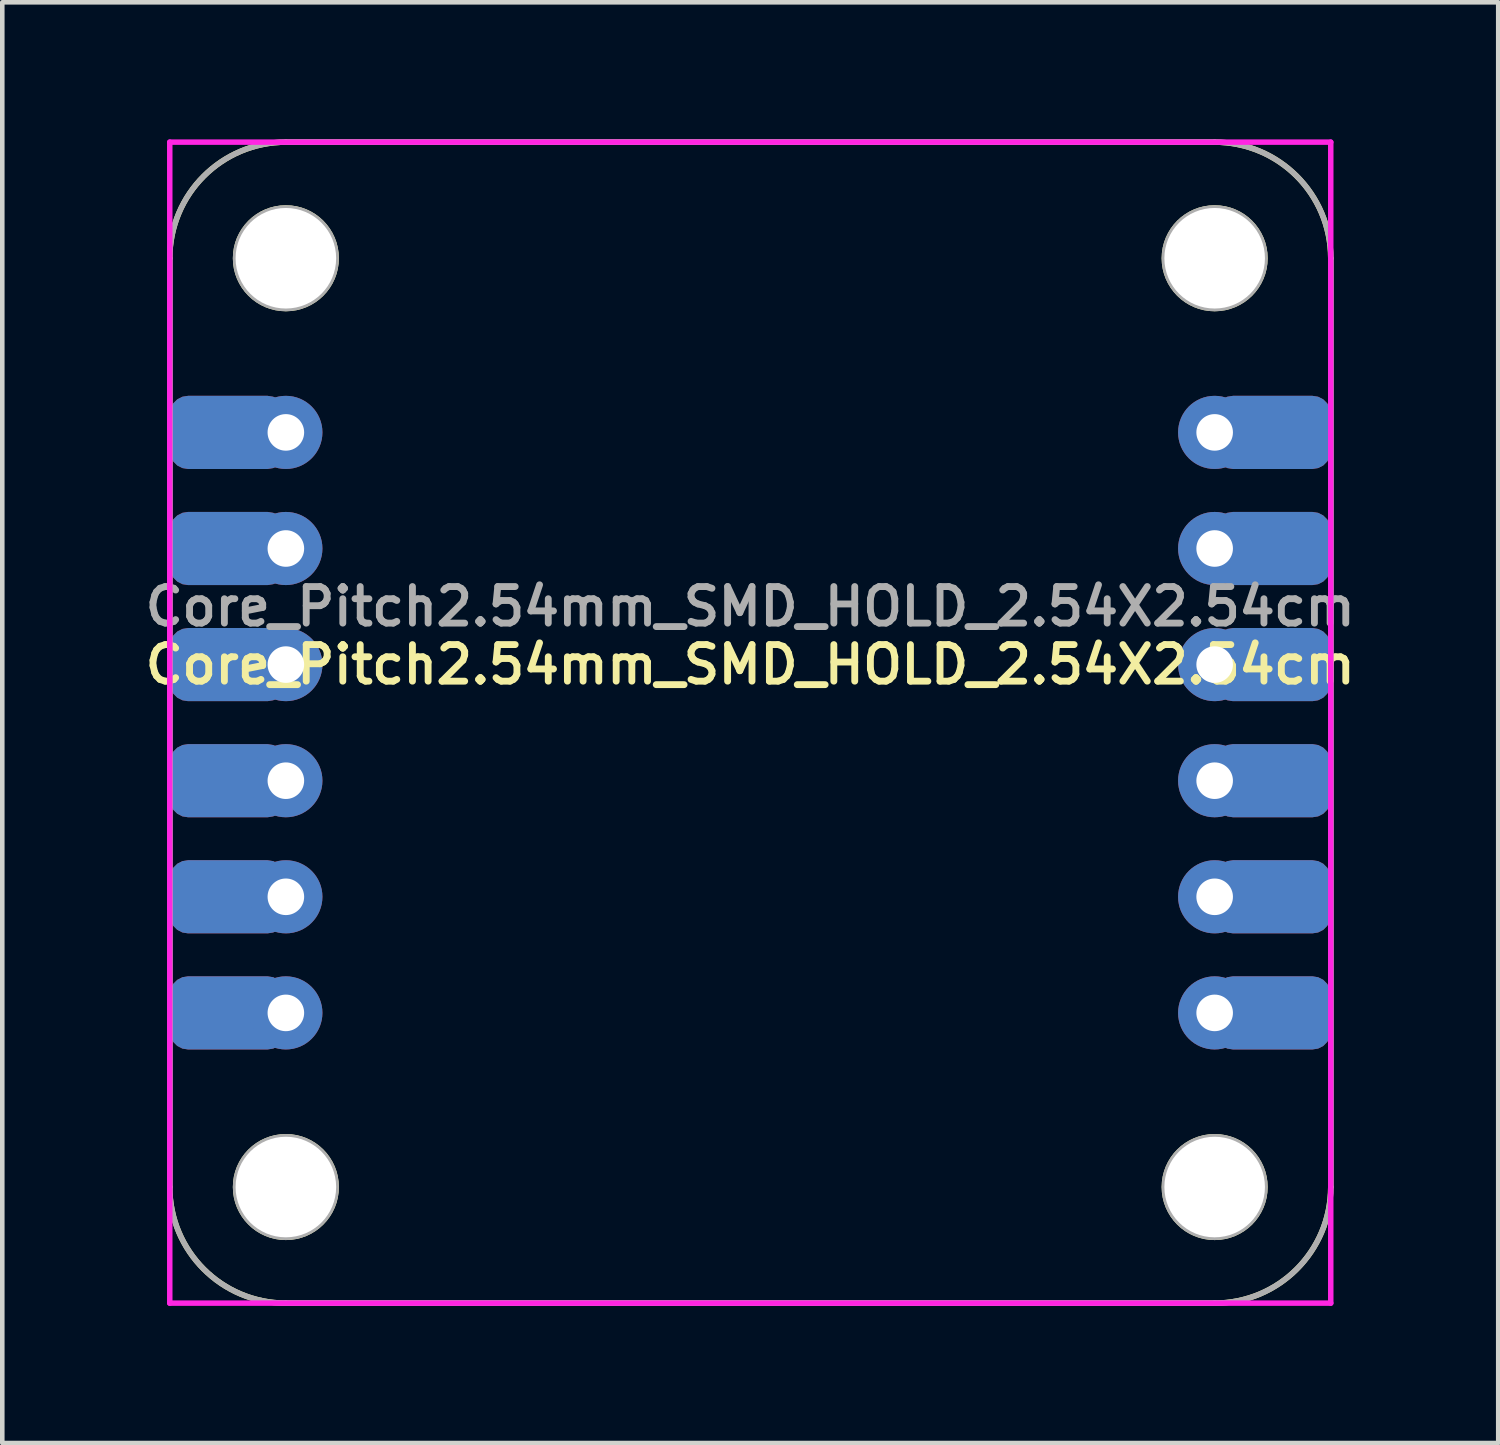
<source format=kicad_pcb>
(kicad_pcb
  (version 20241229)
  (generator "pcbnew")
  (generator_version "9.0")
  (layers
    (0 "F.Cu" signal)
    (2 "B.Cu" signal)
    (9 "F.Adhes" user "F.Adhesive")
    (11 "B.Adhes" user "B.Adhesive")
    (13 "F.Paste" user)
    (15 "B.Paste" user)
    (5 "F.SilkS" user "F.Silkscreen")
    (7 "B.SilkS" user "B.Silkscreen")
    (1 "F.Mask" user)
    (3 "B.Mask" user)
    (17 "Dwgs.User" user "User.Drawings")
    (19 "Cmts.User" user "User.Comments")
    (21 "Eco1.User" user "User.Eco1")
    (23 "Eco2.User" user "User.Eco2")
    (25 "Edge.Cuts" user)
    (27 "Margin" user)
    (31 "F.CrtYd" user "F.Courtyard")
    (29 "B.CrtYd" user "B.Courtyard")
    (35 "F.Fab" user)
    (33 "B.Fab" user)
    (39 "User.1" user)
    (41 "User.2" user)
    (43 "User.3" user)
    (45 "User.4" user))
  (footprint "Core_Pitch2.54mm_SMD_HOLD_2.54X2.54cm"
    (layer "F.Cu")
    (at 13.364 12.76)
    (property "Reference" "Core_Pitch2.54mm_SMD_HOLD_2.54X2.54cm" (at 0 -1.27 0) (layer "F.SilkS") (effects (font (size 0.8 0.8) (thickness 0.15))))
    (attr smd)
    (fp_line (start -12.7 -10.16) (end -12.7 10.16) (stroke (width 0.12) (type solid)) (layer "F.SilkS"))
    (fp_line (start -10.16 12.7) (end 10.16 12.7) (stroke (width 0.12) (type solid)) (layer "F.SilkS"))
    (fp_line (start 10.16 -12.7) (end -10.16 -12.7) (stroke (width 0.12) (type solid)) (layer "F.SilkS"))
    (fp_line (start 12.7 10.16) (end 12.7 -10.16) (stroke (width 0.12) (type solid)) (layer "F.SilkS"))
    (fp_arc (start -12.7 -10.16) (mid -11.956051 -11.956051) (end -10.16 -12.7) (stroke (width 0.12) (type solid)) (layer "F.SilkS"))
    (fp_arc (start -10.16 12.7) (mid -11.956051 11.956051) (end -12.7 10.16) (stroke (width 0.12) (type solid)) (layer "F.SilkS"))
    (fp_arc (start 10.16 -12.7) (mid 11.956051 -11.956051) (end 12.7 -10.16) (stroke (width 0.12) (type solid)) (layer "F.SilkS"))
    (fp_arc (start 12.7 10.16) (mid 11.956051 11.956051) (end 10.16 12.7) (stroke (width 0.12) (type solid)) (layer "F.SilkS"))
    (fp_circle (center -10.16 -10.16) (end -9.06 -10.16) (stroke (width 0.12) (type solid)) (fill no) (layer "F.SilkS"))
    (fp_circle (center -10.16 10.16) (end -9.06 10.16) (stroke (width 0.12) (type solid)) (fill no) (layer "F.SilkS"))
    (fp_circle (center 10.16 -10.16) (end 11.26 -10.16) (stroke (width 0.12) (type solid)) (fill no) (layer "F.SilkS"))
    (fp_circle (center 10.16 10.16) (end 11.26 10.16) (stroke (width 0.12) (type solid)) (fill no) (layer "F.SilkS"))
    (fp_line (start -12.7 -12.7) (end -12.7 12.7) (stroke (width 0.12) (type solid)) (layer "F.CrtYd"))
    (fp_line (start -12.7 12.7) (end 12.7 12.7) (stroke (width 0.12) (type solid)) (layer "F.CrtYd"))
    (fp_line (start 12.7 -12.7) (end -12.7 -12.7) (stroke (width 0.12) (type solid)) (layer "F.CrtYd"))
    (fp_line (start 12.7 12.7) (end 12.7 -12.7) (stroke (width 0.12) (type solid)) (layer "F.CrtYd"))
    (fp_line (start -12.7 10.16) (end -12.7 -10.16) (stroke (width 0.12) (type solid)) (layer "F.Fab"))
    (fp_line (start -10.16 -12.7) (end 10.16 -12.7) (stroke (width 0.12) (type solid)) (layer "F.Fab"))
    (fp_line (start 10.16 12.7) (end -10.16 12.7) (stroke (width 0.12) (type solid)) (layer "F.Fab"))
    (fp_line (start 12.7 -10.16) (end 12.7 10.16) (stroke (width 0.12) (type solid)) (layer "F.Fab"))
    (fp_arc (start -12.7 -10.16) (mid -11.956051 -11.956051) (end -10.16 -12.7) (stroke (width 0.12) (type solid)) (layer "F.Fab"))
    (fp_arc (start -10.16 12.7) (mid -11.956051 11.956051) (end -12.7 10.16) (stroke (width 0.12) (type solid)) (layer "F.Fab"))
    (fp_arc (start 10.16 -12.7) (mid 11.956051 -11.956051) (end 12.7 -10.16) (stroke (width 0.12) (type solid)) (layer "F.Fab"))
    (fp_arc (start 12.7 10.16) (mid 11.956051 11.956051) (end 10.16 12.7) (stroke (width 0.12) (type solid)) (layer "F.Fab"))
    (fp_circle (center -10.16 -10.16) (end -9.06 -10.16) (stroke (width 0.12) (type solid)) (fill no) (layer "F.Fab"))
    (fp_circle (center -10.16 10.16) (end -9.06 10.16) (stroke (width 0.12) (type solid)) (fill no) (layer "F.Fab"))
    (fp_circle (center 10.16 -10.16) (end 11.26 -10.16) (stroke (width 0.12) (type solid)) (fill no) (layer "F.Fab"))
    (fp_circle (center 10.16 10.16) (end 11.26 10.16) (stroke (width 0.12) (type solid)) (fill no) (layer "F.Fab"))
    (fp_text user "${REFERENCE}" (at 0 -2.54 0) (layer "F.Fab") (effects (font (size 0.8 0.8) (thickness 0.15))))
    (pad "" np_thru_hole circle (at -10.16 -10.16) (size 2.2 2.2) (drill 2.2) (layers "*.Cu" "*.Mask"))
    (pad "" np_thru_hole circle (at -10.16 10.16) (size 2.2 2.2) (drill 2.2) (layers "*.Cu" "*.Mask"))
    (pad "" np_thru_hole circle (at 10.16 -10.16) (size 2.2 2.2) (drill 2.2) (layers "*.Cu" "*.Mask"))
    (pad "" np_thru_hole circle (at 10.16 10.16) (size 2.2 2.2) (drill 2.2) (layers "*.Cu" "*.Mask"))
    (pad "1" smd roundrect (at -11.43 -6.35) (size 2.54 1.6) (layers "F.Cu" "F.Mask") (roundrect_rratio 0.25))
    (pad "1" smd roundrect (at -11.43 -6.35) (size 2.54 1.6) (layers "B.Cu" "B.Mask") (roundrect_rratio 0.25))
    (pad "1" thru_hole circle (at -10.16 -6.35) (size 1.6 1.6) (drill 0.8) (layers "*.Cu" "*.Mask"))
    (pad "2" smd roundrect (at -11.43 -3.81) (size 2.54 1.6) (layers "F.Cu" "F.Mask") (roundrect_rratio 0.25))
    (pad "2" smd roundrect (at -11.43 -3.81) (size 2.54 1.6) (layers "B.Cu" "B.Mask") (roundrect_rratio 0.25))
    (pad "2" thru_hole circle (at -10.16 -3.81) (size 1.6 1.6) (drill 0.8) (layers "*.Cu" "*.Mask"))
    (pad "3" smd roundrect (at -11.43 -1.27) (size 2.54 1.6) (layers "F.Cu" "F.Mask") (roundrect_rratio 0.25))
    (pad "3" smd roundrect (at -11.43 -1.27) (size 2.54 1.6) (layers "B.Cu" "B.Mask") (roundrect_rratio 0.25))
    (pad "3" thru_hole circle (at -10.16 -1.27) (size 1.6 1.6) (drill 0.8) (layers "*.Cu" "*.Mask"))
    (pad "4" smd roundrect (at -11.43 1.27) (size 2.54 1.6) (layers "F.Cu" "F.Mask") (roundrect_rratio 0.25))
    (pad "4" smd roundrect (at -11.43 1.27) (size 2.54 1.6) (layers "B.Cu" "B.Mask") (roundrect_rratio 0.25))
    (pad "4" thru_hole circle (at -10.16 1.27) (size 1.6 1.6) (drill 0.8) (layers "*.Cu" "*.Mask"))
    (pad "5" smd roundrect (at -11.43 3.81) (size 2.54 1.6) (layers "F.Cu" "F.Mask") (roundrect_rratio 0.25))
    (pad "5" smd roundrect (at -11.43 3.81) (size 2.54 1.6) (layers "B.Cu" "B.Mask") (roundrect_rratio 0.25))
    (pad "5" thru_hole circle (at -10.16 3.81) (size 1.6 1.6) (drill 0.8) (layers "*.Cu" "*.Mask"))
    (pad "6" smd roundrect (at -11.43 6.35) (size 2.54 1.6) (layers "F.Cu" "F.Mask") (roundrect_rratio 0.25))
    (pad "6" smd roundrect (at -11.43 6.35) (size 2.54 1.6) (layers "B.Cu" "B.Mask") (roundrect_rratio 0.25))
    (pad "6" thru_hole circle (at -10.16 6.35) (size 1.6 1.6) (drill 0.8) (layers "*.Cu" "*.Mask"))
    (pad "7" thru_hole circle (at 10.16 6.35) (size 1.6 1.6) (drill 0.8) (layers "*.Cu" "*.Mask"))
    (pad "7" smd roundrect (at 11.43 6.35) (size 2.54 1.6) (layers "F.Cu" "F.Mask") (roundrect_rratio 0.25))
    (pad "7" smd roundrect (at 11.43 6.35) (size 2.54 1.6) (layers "B.Cu" "B.Mask") (roundrect_rratio 0.25))
    (pad "8" thru_hole circle (at 10.16 3.81) (size 1.6 1.6) (drill 0.8) (layers "*.Cu" "*.Mask"))
    (pad "8" smd roundrect (at 11.43 3.81) (size 2.54 1.6) (layers "F.Cu" "F.Mask") (roundrect_rratio 0.25))
    (pad "8" smd roundrect (at 11.43 3.81) (size 2.54 1.6) (layers "B.Cu" "B.Mask") (roundrect_rratio 0.25))
    (pad "9" thru_hole circle (at 10.16 1.27) (size 1.6 1.6) (drill 0.8) (layers "*.Cu" "*.Mask"))
    (pad "9" smd roundrect (at 11.43 1.27) (size 2.54 1.6) (layers "F.Cu" "F.Mask") (roundrect_rratio 0.25))
    (pad "9" smd roundrect (at 11.43 1.27) (size 2.54 1.6) (layers "B.Cu" "B.Mask") (roundrect_rratio 0.25))
    (pad "10" thru_hole circle (at 10.16 -1.27) (size 1.6 1.6) (drill 0.8) (layers "*.Cu" "*.Mask"))
    (pad "10" smd roundrect (at 11.43 -1.27) (size 2.54 1.6) (layers "F.Cu" "F.Mask") (roundrect_rratio 0.25))
    (pad "10" smd roundrect (at 11.43 -1.27) (size 2.54 1.6) (layers "B.Cu" "B.Mask") (roundrect_rratio 0.25))
    (pad "11" thru_hole circle (at 10.16 -3.81) (size 1.6 1.6) (drill 0.8) (layers "*.Cu" "*.Mask"))
    (pad "11" smd roundrect (at 11.43 -3.81) (size 2.54 1.6) (layers "F.Cu" "F.Mask") (roundrect_rratio 0.25))
    (pad "11" smd roundrect (at 11.43 -3.81) (size 2.54 1.6) (layers "B.Cu" "B.Mask") (roundrect_rratio 0.25))
    (pad "12" thru_hole circle (at 10.16 -6.35) (size 1.6 1.6) (drill 0.8) (layers "*.Cu" "*.Mask"))
    (pad "12" smd roundrect (at 11.43 -6.35) (size 2.54 1.6) (layers "F.Cu" "F.Mask") (roundrect_rratio 0.25))
    (pad "12" smd roundrect (at 11.43 -6.35) (size 2.54 1.6) (layers "B.Cu" "B.Mask") (roundrect_rratio 0.25)))
  (gr_rect
    (start -3 -3)
    (end 29.728 28.52)
    (stroke (width 0.1) (type default))
    (fill no)
    (layer "Edge.Cuts")))
</source>
